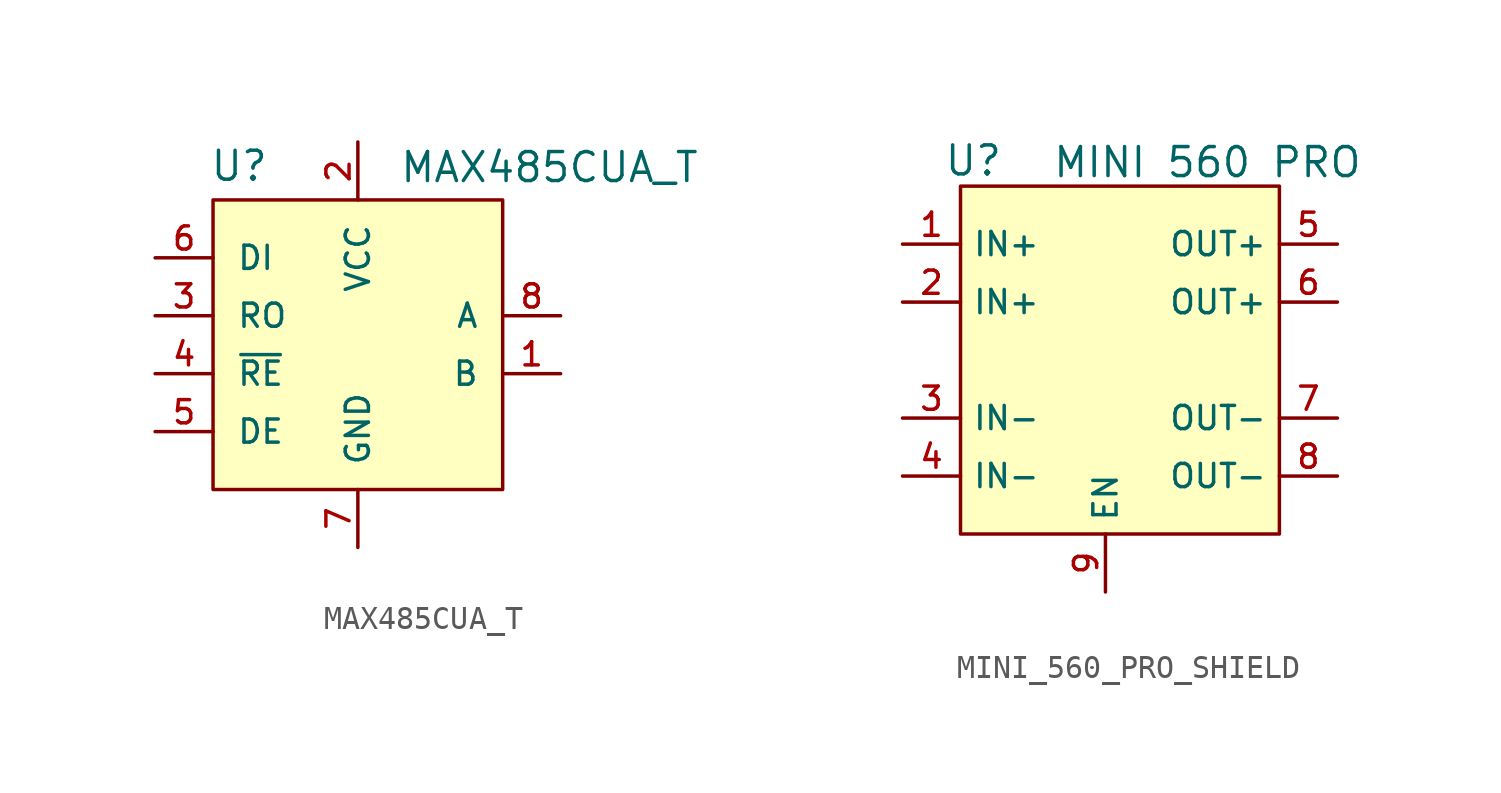
<source format=kicad_sym>
(kicad_symbol_lib
  (version 20220914)
  (generator kicad_symbol_editor)
  (symbol "MAX485CUA_T"
    (pin_names
      (offset 1.016))
    (property "Reference" "U"
      (at -6.513 7.095 0)
      (effects (font (size 1.27 1.27)) (justify left bottom)))
    (property "Value" "MAX485CUA_T"
      (at 1.803 7.037 0)
      (effects (font (size 1.27 1.27)) (justify left bottom)))
    (symbol "MAX485CUA_T_0_0"
      (rectangle (start -6.35 6.35) (end 6.35 -6.35) (stroke (width 0.152) (type default)) (fill (type background)))
      (pin bidirectional line (at 8.89 -1.27 180) (length 2.54) (name "B" (effects (font (size 1.016 1.016)))) (number "1" (effects (font (size 1.016 1.016)))))
      (pin power_in line (at 0 8.89 270) (length 2.54) (name "VCC" (effects (font (size 1.016 1.016)))) (number "2" (effects (font (size 1.016 1.016)))))
      (pin output line (at -8.89 1.27 0) (length 2.54) (name "RO" (effects (font (size 1.016 1.016)))) (number "3" (effects (font (size 1.016 1.016)))))
      (pin input line (at -8.89 -1.27 0) (length 2.54) (name "~{RE}" (effects (font (size 1.016 1.016)))) (number "4" (effects (font (size 1.016 1.016)))))
      (pin input line (at -8.89 -3.81 0) (length 2.54) (name "DE" (effects (font (size 1.016 1.016)))) (number "5" (effects (font (size 1.016 1.016)))))
      (pin power_in line (at 0 -8.89 90) (length 2.54) (name "GND" (effects (font (size 1.016 1.016)))) (number "7" (effects (font (size 1.016 1.016))))))
    (symbol "MAX485CUA_T_1_0"
      (pin input line (at -8.89 3.81 0) (length 2.54) (name "DI" (effects (font (size 1.016 1.016)))) (number "6" (effects (font (size 1.016 1.016)))))
      (pin bidirectional line (at 8.89 1.27 180) (length 2.54) (name "A" (effects (font (size 1.016 1.016)))) (number "8" (effects (font (size 1.016 1.016)))))))
  (symbol "MINI_560_PRO_SHIELD"
    (property "Reference" "U"
      (at -5.787 8.736 0)
      (effects (font (size 1.27 1.27))))
    (property "Value" "MINI 560 PRO"
      (at 4.466 8.663 0)
      (effects (font (size 1.27 1.27))))
    (symbol "MINI_560_PRO_SHIELD_1_0"
      (pin power_in line (at -8.89 5.08 0) (length 2.54) (name "IN+" (effects (font (size 1.016 1.016)))) (number "1" (effects (font (size 1.016 1.016)))))
      (pin power_in line (at -8.89 2.54 0) (length 2.54) (name "IN+" (effects (font (size 1.016 1.016)))) (number "2" (effects (font (size 1.016 1.016)))))
      (pin power_in line (at -8.89 -2.54 0) (length 2.54) (name "IN-" (effects (font (size 1.016 1.016)))) (number "3" (effects (font (size 1.016 1.016)))))
      (pin power_in line (at -8.89 -5.08 0) (length 2.54) (name "IN-" (effects (font (size 1.016 1.016)))) (number "4" (effects (font (size 1.016 1.016)))))
      (pin power_out line (at 10.16 5.08 180) (length 2.54) (name "OUT+" (effects (font (size 1.016 1.016)))) (number "5" (effects (font (size 1.016 1.016)))))
      (pin power_out line (at 10.16 2.54 180) (length 2.54) (name "OUT+" (effects (font (size 1.016 1.016)))) (number "6" (effects (font (size 1.016 1.016)))))
      (pin power_out line (at 10.16 -2.54 180) (length 2.54) (name "OUT-" (effects (font (size 1.016 1.016)))) (number "7" (effects (font (size 1.016 1.016)))))
      (pin open_collector line (at 10.16 -5.08 180) (length 2.54) (name "OUT-" (effects (font (size 1.016 1.016)))) (number "8" (effects (font (size 1.016 1.016)))))
      (pin input line (at 0 -10.16 90) (length 2.54) (name "EN" (effects (font (size 1.016 1.016)))) (number "9" (effects (font (size 1.016 1.016))))))
    (symbol "MINI_560_PRO_SHIELD_1_1"
      (rectangle (start -6.35 7.62) (end 7.62 -7.62) (stroke (width 0) (type default)) (fill (type background))))))
</source>
